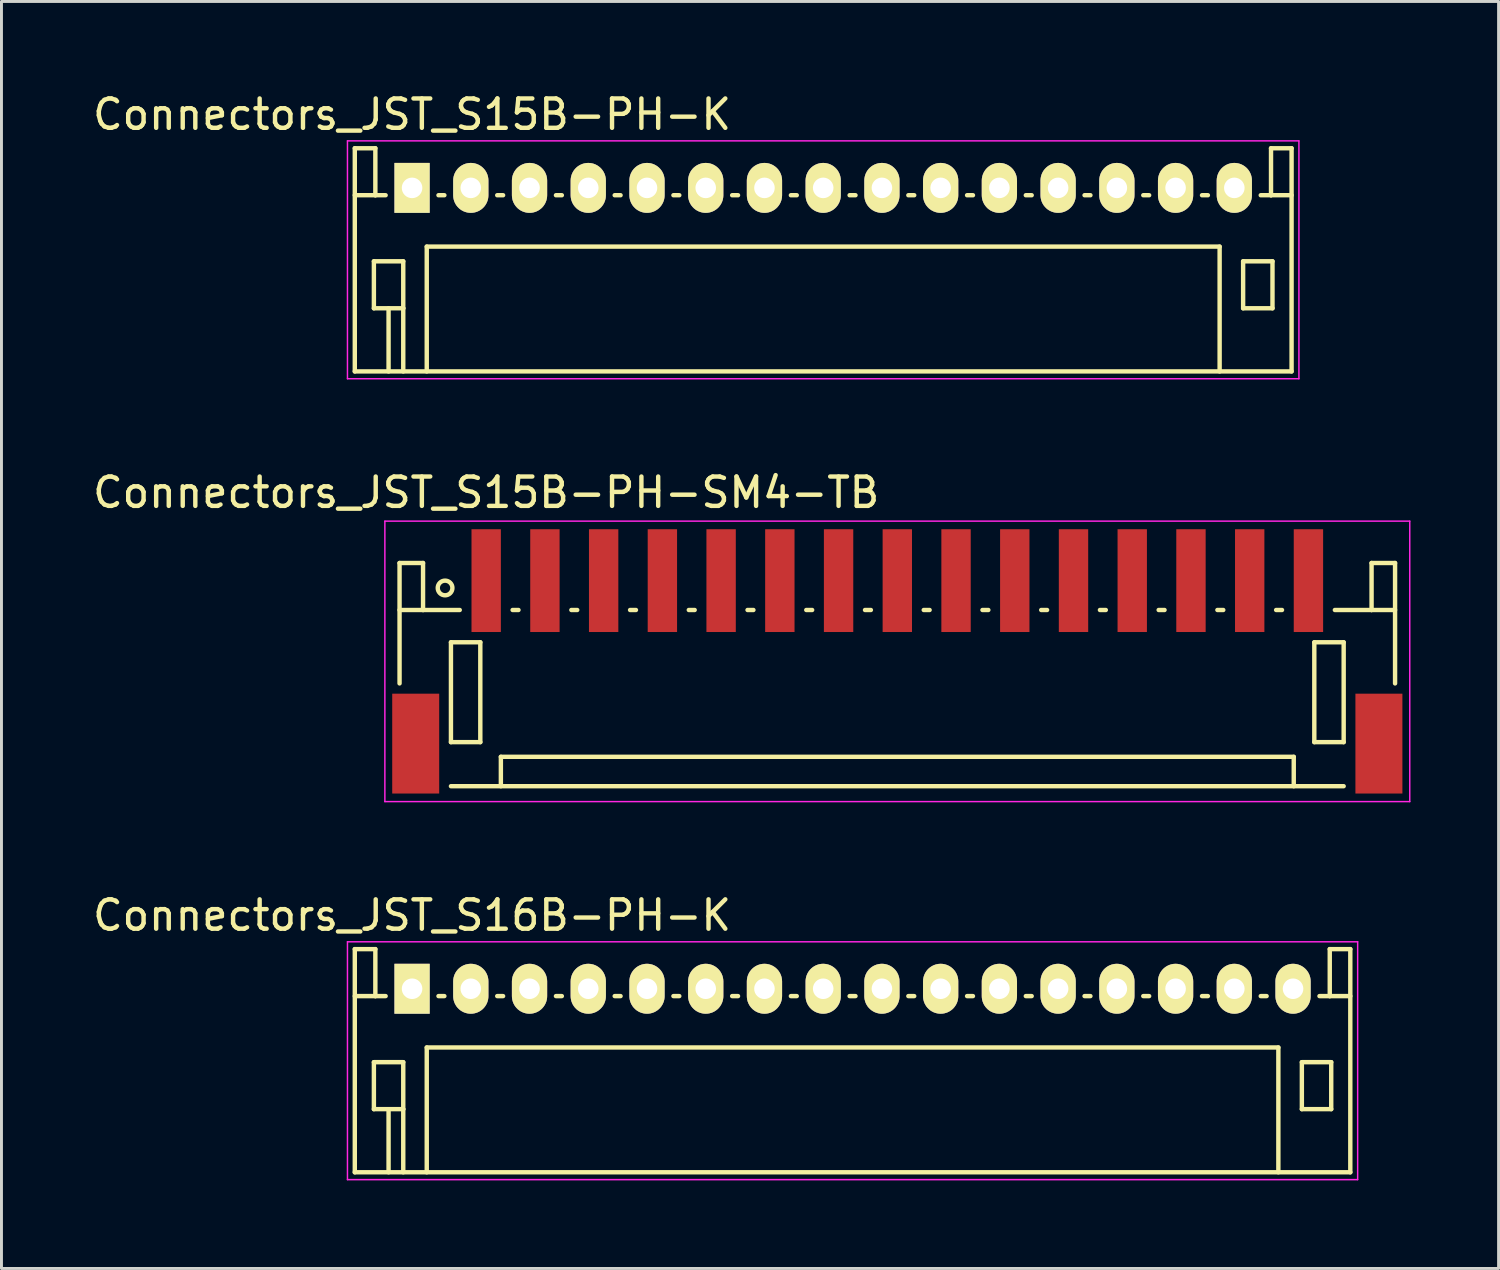
<source format=kicad_pcb>
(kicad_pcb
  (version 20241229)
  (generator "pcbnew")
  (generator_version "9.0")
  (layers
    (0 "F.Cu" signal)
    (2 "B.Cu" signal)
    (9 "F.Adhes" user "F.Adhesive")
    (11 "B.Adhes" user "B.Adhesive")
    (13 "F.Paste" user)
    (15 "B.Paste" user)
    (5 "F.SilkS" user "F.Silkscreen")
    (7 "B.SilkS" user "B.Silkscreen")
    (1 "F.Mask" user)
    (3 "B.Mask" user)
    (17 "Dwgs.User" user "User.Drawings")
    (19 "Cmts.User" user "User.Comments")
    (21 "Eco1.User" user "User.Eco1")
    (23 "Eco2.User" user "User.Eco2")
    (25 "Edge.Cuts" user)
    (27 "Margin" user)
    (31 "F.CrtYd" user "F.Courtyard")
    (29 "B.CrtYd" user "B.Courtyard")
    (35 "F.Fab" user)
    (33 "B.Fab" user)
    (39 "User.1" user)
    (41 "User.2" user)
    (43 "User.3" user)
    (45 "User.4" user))
  (footprint "Connectors_JST_S15B-PH-K"
    (layer "F.Cu")
    (at 10.982 3.348)
    (property "Reference" "Connectors_JST_S15B-PH-K" (at 0 -2.5 0) (layer "F.SilkS") (effects (font (size 1 1) (thickness 0.15))))
    (attr through_hole)
    (fp_line (start -1.95 -1.35) (end -1.95 6.25) (stroke (width 0.15) (type solid)) (layer "F.SilkS"))
    (fp_line (start -1.95 0.25) (end -1.25 0.25) (stroke (width 0.15) (type solid)) (layer "F.SilkS"))
    (fp_line (start -1.95 6.25) (end 29.95 6.25) (stroke (width 0.15) (type solid)) (layer "F.SilkS"))
    (fp_line (start -1.3 2.5) (end -1.3 4.1) (stroke (width 0.15) (type solid)) (layer "F.SilkS"))
    (fp_line (start -1.3 4.1) (end -0.3 4.1) (stroke (width 0.15) (type solid)) (layer "F.SilkS"))
    (fp_line (start -1.25 -1.35) (end -1.95 -1.35) (stroke (width 0.15) (type solid)) (layer "F.SilkS"))
    (fp_line (start -1.25 0.25) (end -1.25 -1.35) (stroke (width 0.15) (type solid)) (layer "F.SilkS"))
    (fp_line (start -0.9 0.25) (end -1.25 0.25) (stroke (width 0.15) (type solid)) (layer "F.SilkS"))
    (fp_line (start -0.8 4.1) (end -0.8 6.25) (stroke (width 0.15) (type solid)) (layer "F.SilkS"))
    (fp_line (start -0.3 2.5) (end -1.3 2.5) (stroke (width 0.15) (type solid)) (layer "F.SilkS"))
    (fp_line (start -0.3 4.1) (end -0.3 2.5) (stroke (width 0.15) (type solid)) (layer "F.SilkS"))
    (fp_line (start -0.3 4.1) (end -0.3 6.25) (stroke (width 0.15) (type solid)) (layer "F.SilkS"))
    (fp_line (start 0.5 2) (end 27.5 2) (stroke (width 0.15) (type solid)) (layer "F.SilkS"))
    (fp_line (start 0.5 6.25) (end 0.5 2) (stroke (width 0.15) (type solid)) (layer "F.SilkS"))
    (fp_line (start 0.9 0.25) (end 1.1 0.25) (stroke (width 0.15) (type solid)) (layer "F.SilkS"))
    (fp_line (start 2.9 0.25) (end 3.1 0.25) (stroke (width 0.15) (type solid)) (layer "F.SilkS"))
    (fp_line (start 4.9 0.25) (end 5.1 0.25) (stroke (width 0.15) (type solid)) (layer "F.SilkS"))
    (fp_line (start 6.9 0.25) (end 7.1 0.25) (stroke (width 0.15) (type solid)) (layer "F.SilkS"))
    (fp_line (start 8.9 0.25) (end 9.1 0.25) (stroke (width 0.15) (type solid)) (layer "F.SilkS"))
    (fp_line (start 10.9 0.25) (end 11.1 0.25) (stroke (width 0.15) (type solid)) (layer "F.SilkS"))
    (fp_line (start 12.9 0.25) (end 13.1 0.25) (stroke (width 0.15) (type solid)) (layer "F.SilkS"))
    (fp_line (start 14.9 0.25) (end 15.1 0.25) (stroke (width 0.15) (type solid)) (layer "F.SilkS"))
    (fp_line (start 16.9 0.25) (end 17.1 0.25) (stroke (width 0.15) (type solid)) (layer "F.SilkS"))
    (fp_line (start 18.9 0.25) (end 19.1 0.25) (stroke (width 0.15) (type solid)) (layer "F.SilkS"))
    (fp_line (start 20.9 0.25) (end 21.1 0.25) (stroke (width 0.15) (type solid)) (layer "F.SilkS"))
    (fp_line (start 22.9 0.25) (end 23.1 0.25) (stroke (width 0.15) (type solid)) (layer "F.SilkS"))
    (fp_line (start 24.9 0.25) (end 25.1 0.25) (stroke (width 0.15) (type solid)) (layer "F.SilkS"))
    (fp_line (start 26.9 0.25) (end 27.1 0.25) (stroke (width 0.15) (type solid)) (layer "F.SilkS"))
    (fp_line (start 27.5 2) (end 27.5 6.25) (stroke (width 0.15) (type solid)) (layer "F.SilkS"))
    (fp_line (start 28.3 2.5) (end 29.3 2.5) (stroke (width 0.15) (type solid)) (layer "F.SilkS"))
    (fp_line (start 28.3 4.1) (end 28.3 2.5) (stroke (width 0.15) (type solid)) (layer "F.SilkS"))
    (fp_line (start 29.25 -1.35) (end 29.25 0.25) (stroke (width 0.15) (type solid)) (layer "F.SilkS"))
    (fp_line (start 29.25 0.25) (end 28.9 0.25) (stroke (width 0.15) (type solid)) (layer "F.SilkS"))
    (fp_line (start 29.3 2.5) (end 29.3 4.1) (stroke (width 0.15) (type solid)) (layer "F.SilkS"))
    (fp_line (start 29.3 4.1) (end 28.3 4.1) (stroke (width 0.15) (type solid)) (layer "F.SilkS"))
    (fp_line (start 29.95 -1.35) (end 29.25 -1.35) (stroke (width 0.15) (type solid)) (layer "F.SilkS"))
    (fp_line (start 29.95 0.25) (end 29.25 0.25) (stroke (width 0.15) (type solid)) (layer "F.SilkS"))
    (fp_line (start 29.95 6.25) (end 29.95 -1.35) (stroke (width 0.15) (type solid)) (layer "F.SilkS"))
    (fp_line (start -2.2 -1.6) (end 30.2 -1.6) (stroke (width 0.05) (type solid)) (layer "F.CrtYd"))
    (fp_line (start -2.2 6.5) (end -2.2 -1.6) (stroke (width 0.05) (type solid)) (layer "F.CrtYd"))
    (fp_line (start 30.2 -1.6) (end 30.2 6.5) (stroke (width 0.05) (type solid)) (layer "F.CrtYd"))
    (fp_line (start 30.2 6.5) (end -2.2 6.5) (stroke (width 0.05) (type solid)) (layer "F.CrtYd"))
    (pad "1" thru_hole rect (at 0 0) (size 1.2 1.7) (drill 0.7) (layers "*.Cu" "*.Mask" "F.SilkS"))
    (pad "2" thru_hole oval (at 2 0) (size 1.2 1.7) (drill 0.7) (layers "*.Cu" "*.Mask" "F.SilkS"))
    (pad "3" thru_hole oval (at 4 0) (size 1.2 1.7) (drill 0.7) (layers "*.Cu" "*.Mask" "F.SilkS"))
    (pad "4" thru_hole oval (at 6 0) (size 1.2 1.7) (drill 0.7) (layers "*.Cu" "*.Mask" "F.SilkS"))
    (pad "5" thru_hole oval (at 8 0) (size 1.2 1.7) (drill 0.7) (layers "*.Cu" "*.Mask" "F.SilkS"))
    (pad "6" thru_hole oval (at 10 0) (size 1.2 1.7) (drill 0.7) (layers "*.Cu" "*.Mask" "F.SilkS"))
    (pad "7" thru_hole oval (at 12 0) (size 1.2 1.7) (drill 0.7) (layers "*.Cu" "*.Mask" "F.SilkS"))
    (pad "8" thru_hole oval (at 14 0) (size 1.2 1.7) (drill 0.7) (layers "*.Cu" "*.Mask" "F.SilkS"))
    (pad "9" thru_hole oval (at 16 0) (size 1.2 1.7) (drill 0.7) (layers "*.Cu" "*.Mask" "F.SilkS"))
    (pad "10" thru_hole oval (at 18 0) (size 1.2 1.7) (drill 0.7) (layers "*.Cu" "*.Mask" "F.SilkS"))
    (pad "11" thru_hole oval (at 20 0) (size 1.2 1.7) (drill 0.7) (layers "*.Cu" "*.Mask" "F.SilkS"))
    (pad "12" thru_hole oval (at 22 0) (size 1.2 1.7) (drill 0.7) (layers "*.Cu" "*.Mask" "F.SilkS"))
    (pad "13" thru_hole oval (at 24 0) (size 1.2 1.7) (drill 0.7) (layers "*.Cu" "*.Mask" "F.SilkS"))
    (pad "14" thru_hole oval (at 26 0) (size 1.2 1.7) (drill 0.7) (layers "*.Cu" "*.Mask" "F.SilkS"))
    (pad "15" thru_hole oval (at 28 0) (size 1.2 1.7) (drill 0.7) (layers "*.Cu" "*.Mask" "F.SilkS")))
  (footprint "Connectors_JST_S16B-PH-K"
    (layer "F.Cu")
    (at 10.982 30.62)
    (property "Reference" "Connectors_JST_S16B-PH-K" (at 0 -2.5 0) (layer "F.SilkS") (effects (font (size 1 1) (thickness 0.15))))
    (attr through_hole)
    (fp_line (start -1.95 -1.35) (end -1.95 6.25) (stroke (width 0.15) (type solid)) (layer "F.SilkS"))
    (fp_line (start -1.95 0.25) (end -1.25 0.25) (stroke (width 0.15) (type solid)) (layer "F.SilkS"))
    (fp_line (start -1.95 6.25) (end 31.95 6.25) (stroke (width 0.15) (type solid)) (layer "F.SilkS"))
    (fp_line (start -1.3 2.5) (end -1.3 4.1) (stroke (width 0.15) (type solid)) (layer "F.SilkS"))
    (fp_line (start -1.3 4.1) (end -0.3 4.1) (stroke (width 0.15) (type solid)) (layer "F.SilkS"))
    (fp_line (start -1.25 -1.35) (end -1.95 -1.35) (stroke (width 0.15) (type solid)) (layer "F.SilkS"))
    (fp_line (start -1.25 0.25) (end -1.25 -1.35) (stroke (width 0.15) (type solid)) (layer "F.SilkS"))
    (fp_line (start -0.9 0.25) (end -1.25 0.25) (stroke (width 0.15) (type solid)) (layer "F.SilkS"))
    (fp_line (start -0.8 4.1) (end -0.8 6.25) (stroke (width 0.15) (type solid)) (layer "F.SilkS"))
    (fp_line (start -0.3 2.5) (end -1.3 2.5) (stroke (width 0.15) (type solid)) (layer "F.SilkS"))
    (fp_line (start -0.3 4.1) (end -0.3 2.5) (stroke (width 0.15) (type solid)) (layer "F.SilkS"))
    (fp_line (start -0.3 4.1) (end -0.3 6.25) (stroke (width 0.15) (type solid)) (layer "F.SilkS"))
    (fp_line (start 0.5 2) (end 29.5 2) (stroke (width 0.15) (type solid)) (layer "F.SilkS"))
    (fp_line (start 0.5 6.25) (end 0.5 2) (stroke (width 0.15) (type solid)) (layer "F.SilkS"))
    (fp_line (start 0.9 0.25) (end 1.1 0.25) (stroke (width 0.15) (type solid)) (layer "F.SilkS"))
    (fp_line (start 2.9 0.25) (end 3.1 0.25) (stroke (width 0.15) (type solid)) (layer "F.SilkS"))
    (fp_line (start 4.9 0.25) (end 5.1 0.25) (stroke (width 0.15) (type solid)) (layer "F.SilkS"))
    (fp_line (start 6.9 0.25) (end 7.1 0.25) (stroke (width 0.15) (type solid)) (layer "F.SilkS"))
    (fp_line (start 8.9 0.25) (end 9.1 0.25) (stroke (width 0.15) (type solid)) (layer "F.SilkS"))
    (fp_line (start 10.9 0.25) (end 11.1 0.25) (stroke (width 0.15) (type solid)) (layer "F.SilkS"))
    (fp_line (start 12.9 0.25) (end 13.1 0.25) (stroke (width 0.15) (type solid)) (layer "F.SilkS"))
    (fp_line (start 14.9 0.25) (end 15.1 0.25) (stroke (width 0.15) (type solid)) (layer "F.SilkS"))
    (fp_line (start 16.9 0.25) (end 17.1 0.25) (stroke (width 0.15) (type solid)) (layer "F.SilkS"))
    (fp_line (start 18.9 0.25) (end 19.1 0.25) (stroke (width 0.15) (type solid)) (layer "F.SilkS"))
    (fp_line (start 20.9 0.25) (end 21.1 0.25) (stroke (width 0.15) (type solid)) (layer "F.SilkS"))
    (fp_line (start 22.9 0.25) (end 23.1 0.25) (stroke (width 0.15) (type solid)) (layer "F.SilkS"))
    (fp_line (start 24.9 0.25) (end 25.1 0.25) (stroke (width 0.15) (type solid)) (layer "F.SilkS"))
    (fp_line (start 26.9 0.25) (end 27.1 0.25) (stroke (width 0.15) (type solid)) (layer "F.SilkS"))
    (fp_line (start 28.9 0.25) (end 29.1 0.25) (stroke (width 0.15) (type solid)) (layer "F.SilkS"))
    (fp_line (start 29.5 2) (end 29.5 6.25) (stroke (width 0.15) (type solid)) (layer "F.SilkS"))
    (fp_line (start 30.3 2.5) (end 31.3 2.5) (stroke (width 0.15) (type solid)) (layer "F.SilkS"))
    (fp_line (start 30.3 4.1) (end 30.3 2.5) (stroke (width 0.15) (type solid)) (layer "F.SilkS"))
    (fp_line (start 31.25 -1.35) (end 31.25 0.25) (stroke (width 0.15) (type solid)) (layer "F.SilkS"))
    (fp_line (start 31.25 0.25) (end 30.9 0.25) (stroke (width 0.15) (type solid)) (layer "F.SilkS"))
    (fp_line (start 31.3 2.5) (end 31.3 4.1) (stroke (width 0.15) (type solid)) (layer "F.SilkS"))
    (fp_line (start 31.3 4.1) (end 30.3 4.1) (stroke (width 0.15) (type solid)) (layer "F.SilkS"))
    (fp_line (start 31.95 -1.35) (end 31.25 -1.35) (stroke (width 0.15) (type solid)) (layer "F.SilkS"))
    (fp_line (start 31.95 0.25) (end 31.25 0.25) (stroke (width 0.15) (type solid)) (layer "F.SilkS"))
    (fp_line (start 31.95 6.25) (end 31.95 -1.35) (stroke (width 0.15) (type solid)) (layer "F.SilkS"))
    (fp_line (start -2.2 -1.6) (end 32.2 -1.6) (stroke (width 0.05) (type solid)) (layer "F.CrtYd"))
    (fp_line (start -2.2 6.5) (end -2.2 -1.6) (stroke (width 0.05) (type solid)) (layer "F.CrtYd"))
    (fp_line (start 32.2 -1.6) (end 32.2 6.5) (stroke (width 0.05) (type solid)) (layer "F.CrtYd"))
    (fp_line (start 32.2 6.5) (end -2.2 6.5) (stroke (width 0.05) (type solid)) (layer "F.CrtYd"))
    (pad "1" thru_hole rect (at 0 0) (size 1.2 1.7) (drill 0.7) (layers "*.Cu" "*.Mask" "F.SilkS"))
    (pad "2" thru_hole oval (at 2 0) (size 1.2 1.7) (drill 0.7) (layers "*.Cu" "*.Mask" "F.SilkS"))
    (pad "3" thru_hole oval (at 4 0) (size 1.2 1.7) (drill 0.7) (layers "*.Cu" "*.Mask" "F.SilkS"))
    (pad "4" thru_hole oval (at 6 0) (size 1.2 1.7) (drill 0.7) (layers "*.Cu" "*.Mask" "F.SilkS"))
    (pad "5" thru_hole oval (at 8 0) (size 1.2 1.7) (drill 0.7) (layers "*.Cu" "*.Mask" "F.SilkS"))
    (pad "6" thru_hole oval (at 10 0) (size 1.2 1.7) (drill 0.7) (layers "*.Cu" "*.Mask" "F.SilkS"))
    (pad "7" thru_hole oval (at 12 0) (size 1.2 1.7) (drill 0.7) (layers "*.Cu" "*.Mask" "F.SilkS"))
    (pad "8" thru_hole oval (at 14 0) (size 1.2 1.7) (drill 0.7) (layers "*.Cu" "*.Mask" "F.SilkS"))
    (pad "9" thru_hole oval (at 16 0) (size 1.2 1.7) (drill 0.7) (layers "*.Cu" "*.Mask" "F.SilkS"))
    (pad "10" thru_hole oval (at 18 0) (size 1.2 1.7) (drill 0.7) (layers "*.Cu" "*.Mask" "F.SilkS"))
    (pad "11" thru_hole oval (at 20 0) (size 1.2 1.7) (drill 0.7) (layers "*.Cu" "*.Mask" "F.SilkS"))
    (pad "12" thru_hole oval (at 22 0) (size 1.2 1.7) (drill 0.7) (layers "*.Cu" "*.Mask" "F.SilkS"))
    (pad "13" thru_hole oval (at 24 0) (size 1.2 1.7) (drill 0.7) (layers "*.Cu" "*.Mask" "F.SilkS"))
    (pad "14" thru_hole oval (at 26 0) (size 1.2 1.7) (drill 0.7) (layers "*.Cu" "*.Mask" "F.SilkS"))
    (pad "15" thru_hole oval (at 28 0) (size 1.2 1.7) (drill 0.7) (layers "*.Cu" "*.Mask" "F.SilkS"))
    (pad "16" thru_hole oval (at 30 0) (size 1.2 1.7) (drill 0.7) (layers "*.Cu" "*.Mask" "F.SilkS")))
  (footprint "Connectors_JST_S15B-PH-SM4-TB"
    (layer "F.Cu")
    (at 27.506 19.497)
    (property "Reference" "Connectors_JST_S15B-PH-SM4-TB" (at -14 -5.775 0) (layer "F.SilkS") (effects (font (size 1 1) (thickness 0.15))))
    (attr smd)
    (fp_line (start -16.95 -3.375) (end -16.95 0.725) (stroke (width 0.15) (type solid)) (layer "F.SilkS"))
    (fp_line (start -16.15 -3.375) (end -16.95 -3.375) (stroke (width 0.15) (type solid)) (layer "F.SilkS"))
    (fp_line (start -16.15 -1.775) (end -16.95 -1.775) (stroke (width 0.15) (type solid)) (layer "F.SilkS"))
    (fp_line (start -16.15 -1.775) (end -16.15 -3.375) (stroke (width 0.15) (type solid)) (layer "F.SilkS"))
    (fp_line (start -15.2 -0.675) (end -15.2 2.725) (stroke (width 0.15) (type solid)) (layer "F.SilkS"))
    (fp_line (start -15.2 2.725) (end -14.2 2.725) (stroke (width 0.15) (type solid)) (layer "F.SilkS"))
    (fp_line (start -15.2 4.225) (end 15.2 4.225) (stroke (width 0.15) (type solid)) (layer "F.SilkS"))
    (fp_line (start -14.9 -1.775) (end -16.15 -1.775) (stroke (width 0.15) (type solid)) (layer "F.SilkS"))
    (fp_line (start -14.2 -0.675) (end -15.2 -0.675) (stroke (width 0.15) (type solid)) (layer "F.SilkS"))
    (fp_line (start -14.2 2.725) (end -14.2 -0.675) (stroke (width 0.15) (type solid)) (layer "F.SilkS"))
    (fp_line (start -13.5 3.225) (end 13.5 3.225) (stroke (width 0.15) (type solid)) (layer "F.SilkS"))
    (fp_line (start -13.5 4.225) (end -13.5 3.225) (stroke (width 0.15) (type solid)) (layer "F.SilkS"))
    (fp_line (start -13.1 -1.775) (end -12.9 -1.775) (stroke (width 0.15) (type solid)) (layer "F.SilkS"))
    (fp_line (start -11.1 -1.775) (end -10.9 -1.775) (stroke (width 0.15) (type solid)) (layer "F.SilkS"))
    (fp_line (start -9.1 -1.775) (end -8.9 -1.775) (stroke (width 0.15) (type solid)) (layer "F.SilkS"))
    (fp_line (start -7.1 -1.775) (end -6.9 -1.775) (stroke (width 0.15) (type solid)) (layer "F.SilkS"))
    (fp_line (start -5.1 -1.775) (end -4.9 -1.775) (stroke (width 0.15) (type solid)) (layer "F.SilkS"))
    (fp_line (start -3.1 -1.775) (end -2.9 -1.775) (stroke (width 0.15) (type solid)) (layer "F.SilkS"))
    (fp_line (start -1.1 -1.775) (end -0.9 -1.775) (stroke (width 0.15) (type solid)) (layer "F.SilkS"))
    (fp_line (start 0.9 -1.775) (end 1.1 -1.775) (stroke (width 0.15) (type solid)) (layer "F.SilkS"))
    (fp_line (start 2.9 -1.775) (end 3.1 -1.775) (stroke (width 0.15) (type solid)) (layer "F.SilkS"))
    (fp_line (start 4.9 -1.775) (end 5.1 -1.775) (stroke (width 0.15) (type solid)) (layer "F.SilkS"))
    (fp_line (start 6.9 -1.775) (end 7.1 -1.775) (stroke (width 0.15) (type solid)) (layer "F.SilkS"))
    (fp_line (start 8.9 -1.775) (end 9.1 -1.775) (stroke (width 0.15) (type solid)) (layer "F.SilkS"))
    (fp_line (start 10.9 -1.775) (end 11.1 -1.775) (stroke (width 0.15) (type solid)) (layer "F.SilkS"))
    (fp_line (start 12.9 -1.775) (end 13.1 -1.775) (stroke (width 0.15) (type solid)) (layer "F.SilkS"))
    (fp_line (start 13.5 3.225) (end 13.5 4.225) (stroke (width 0.15) (type solid)) (layer "F.SilkS"))
    (fp_line (start 14.2 -0.675) (end 15.2 -0.675) (stroke (width 0.15) (type solid)) (layer "F.SilkS"))
    (fp_line (start 14.2 2.725) (end 14.2 -0.675) (stroke (width 0.15) (type solid)) (layer "F.SilkS"))
    (fp_line (start 14.9 -1.775) (end 16.15 -1.775) (stroke (width 0.15) (type solid)) (layer "F.SilkS"))
    (fp_line (start 15.2 -0.675) (end 15.2 2.725) (stroke (width 0.15) (type solid)) (layer "F.SilkS"))
    (fp_line (start 15.2 2.725) (end 14.2 2.725) (stroke (width 0.15) (type solid)) (layer "F.SilkS"))
    (fp_line (start 16.15 -3.375) (end 16.95 -3.375) (stroke (width 0.15) (type solid)) (layer "F.SilkS"))
    (fp_line (start 16.15 -1.775) (end 16.15 -3.375) (stroke (width 0.15) (type solid)) (layer "F.SilkS"))
    (fp_line (start 16.15 -1.775) (end 16.95 -1.775) (stroke (width 0.15) (type solid)) (layer "F.SilkS"))
    (fp_line (start 16.95 -3.375) (end 16.95 0.725) (stroke (width 0.15) (type solid)) (layer "F.SilkS"))
    (fp_circle (center -15.4 -2.525) (end -15.15 -2.525) (stroke (width 0.15) (type solid)) (fill no) (layer "F.SilkS"))
    (fp_line (start -17.45 -4.8) (end 17.45 -4.8) (stroke (width 0.05) (type solid)) (layer "F.CrtYd"))
    (fp_line (start -17.45 4.75) (end -17.45 -4.8) (stroke (width 0.05) (type solid)) (layer "F.CrtYd"))
    (fp_line (start 17.45 -4.8) (end 17.45 4.75) (stroke (width 0.05) (type solid)) (layer "F.CrtYd"))
    (fp_line (start 17.45 4.75) (end -17.45 4.75) (stroke (width 0.05) (type solid)) (layer "F.CrtYd"))
    (pad "" smd rect (at -16.4 2.775) (size 1.6 3.4) (layers "F.Cu" "F.Mask" "F.Paste"))
    (pad "" smd rect (at 16.4 2.775) (size 1.6 3.4) (layers "F.Cu" "F.Mask" "F.Paste"))
    (pad "1" smd rect (at -14 -2.775) (size 1 3.5) (layers "F.Cu" "F.Mask" "F.Paste"))
    (pad "2" smd rect (at -12 -2.775) (size 1 3.5) (layers "F.Cu" "F.Mask" "F.Paste"))
    (pad "3" smd rect (at -10 -2.775) (size 1 3.5) (layers "F.Cu" "F.Mask" "F.Paste"))
    (pad "4" smd rect (at -8 -2.775) (size 1 3.5) (layers "F.Cu" "F.Mask" "F.Paste"))
    (pad "5" smd rect (at -6 -2.775) (size 1 3.5) (layers "F.Cu" "F.Mask" "F.Paste"))
    (pad "6" smd rect (at -4 -2.775) (size 1 3.5) (layers "F.Cu" "F.Mask" "F.Paste"))
    (pad "7" smd rect (at -2 -2.775) (size 1 3.5) (layers "F.Cu" "F.Mask" "F.Paste"))
    (pad "8" smd rect (at 0 -2.775) (size 1 3.5) (layers "F.Cu" "F.Mask" "F.Paste"))
    (pad "9" smd rect (at 2 -2.775) (size 1 3.5) (layers "F.Cu" "F.Mask" "F.Paste"))
    (pad "10" smd rect (at 4 -2.775) (size 1 3.5) (layers "F.Cu" "F.Mask" "F.Paste"))
    (pad "11" smd rect (at 6 -2.775) (size 1 3.5) (layers "F.Cu" "F.Mask" "F.Paste"))
    (pad "12" smd rect (at 8 -2.775) (size 1 3.5) (layers "F.Cu" "F.Mask" "F.Paste"))
    (pad "13" smd rect (at 10 -2.775) (size 1 3.5) (layers "F.Cu" "F.Mask" "F.Paste"))
    (pad "14" smd rect (at 12 -2.775) (size 1 3.5) (layers "F.Cu" "F.Mask" "F.Paste"))
    (pad "15" smd rect (at 14 -2.775) (size 1 3.5) (layers "F.Cu" "F.Mask" "F.Paste")))
  (gr_rect
    (start -3 -3)
    (end 47.981 40.145)
    (stroke (width 0.1) (type default))
    (fill no)
    (layer "Edge.Cuts")))
</source>
